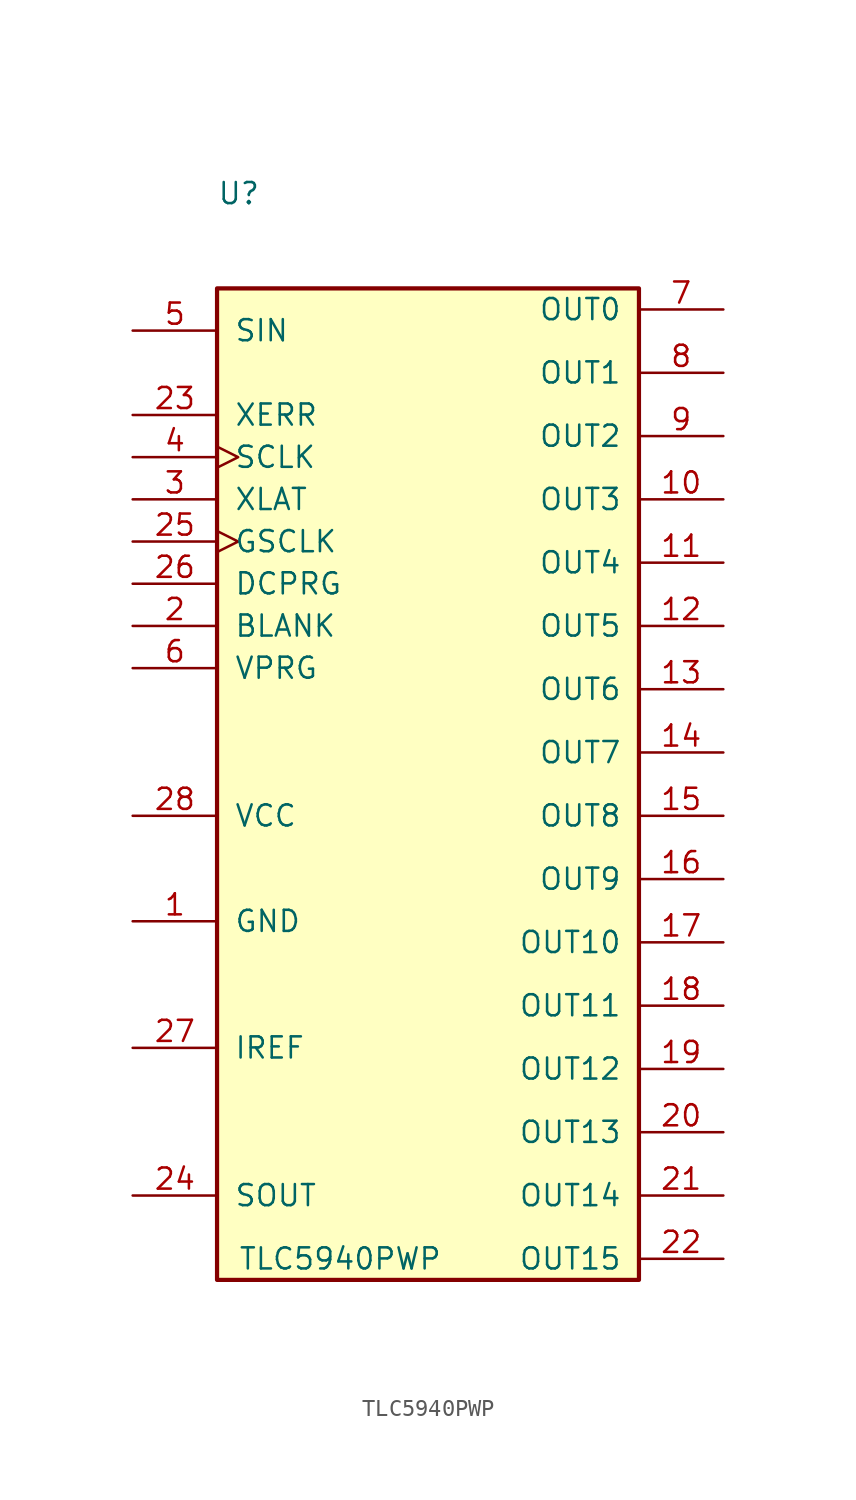
<source format=kicad_sym>
(kicad_symbol_lib
  (version 20220914)
  (generator kicad_symbol_editor)
  (symbol "TLC5940PWP"
    (pin_names
      (offset 1.016))
    (property "Reference" "U"
      (at -12.7 22.225 0)
      (effects (font (size 1.27 1.27)) (justify left)))
    (property "Value" "TLC5940PWP"
      (at -11.43 -41.91 0)
      (effects (font (size 1.27 1.27)) (justify left)))
    (symbol "TLC5940PWP_0_1"
      (rectangle (start -12.7 16.51) (end 12.7 -43.18) (stroke (width 0.254) (type default)) (fill (type background))))
    (symbol "TLC5940PWP_1_1"
      (pin power_in line (at -17.78 -21.59 0) (length 5.08) (name "GND" (effects (font (size 1.27 1.27)))) (number "1" (effects (font (size 1.27 1.27)))))
      (pin open_collector line (at 17.78 3.81 180) (length 5.08) (name "OUT3" (effects (font (size 1.27 1.27)))) (number "10" (effects (font (size 1.27 1.27)))))
      (pin open_collector line (at 17.78 0 180) (length 5.08) (name "OUT4" (effects (font (size 1.27 1.27)))) (number "11" (effects (font (size 1.27 1.27)))))
      (pin open_collector line (at 17.78 -3.81 180) (length 5.08) (name "OUT5" (effects (font (size 1.27 1.27)))) (number "12" (effects (font (size 1.27 1.27)))))
      (pin open_collector line (at 17.78 -7.62 180) (length 5.08) (name "OUT6" (effects (font (size 1.27 1.27)))) (number "13" (effects (font (size 1.27 1.27)))))
      (pin open_collector line (at 17.78 -11.43 180) (length 5.08) (name "OUT7" (effects (font (size 1.27 1.27)))) (number "14" (effects (font (size 1.27 1.27)))))
      (pin open_collector line (at 17.78 -15.24 180) (length 5.08) (name "OUT8" (effects (font (size 1.27 1.27)))) (number "15" (effects (font (size 1.27 1.27)))))
      (pin open_collector line (at 17.78 -19.05 180) (length 5.08) (name "OUT9" (effects (font (size 1.27 1.27)))) (number "16" (effects (font (size 1.27 1.27)))))
      (pin open_collector line (at 17.78 -22.86 180) (length 5.08) (name "OUT10" (effects (font (size 1.27 1.27)))) (number "17" (effects (font (size 1.27 1.27)))))
      (pin open_collector line (at 17.78 -26.67 180) (length 5.08) (name "OUT11" (effects (font (size 1.27 1.27)))) (number "18" (effects (font (size 1.27 1.27)))))
      (pin open_collector line (at 17.78 -30.48 180) (length 5.08) (name "OUT12" (effects (font (size 1.27 1.27)))) (number "19" (effects (font (size 1.27 1.27)))))
      (pin input line (at -17.78 -3.81 0) (length 5.08) (name "BLANK" (effects (font (size 1.27 1.27)))) (number "2" (effects (font (size 1.27 1.27)))))
      (pin open_collector line (at 17.78 -34.29 180) (length 5.08) (name "OUT13" (effects (font (size 1.27 1.27)))) (number "20" (effects (font (size 1.27 1.27)))))
      (pin open_collector line (at 17.78 -38.1 180) (length 5.08) (name "OUT14" (effects (font (size 1.27 1.27)))) (number "21" (effects (font (size 1.27 1.27)))))
      (pin open_collector line (at 17.78 -41.91 180) (length 5.08) (name "OUT15" (effects (font (size 1.27 1.27)))) (number "22" (effects (font (size 1.27 1.27)))))
      (pin open_collector line (at -17.78 8.89 0) (length 5.08) (name "XERR" (effects (font (size 1.27 1.27)))) (number "23" (effects (font (size 1.27 1.27)))))
      (pin output line (at -17.78 -38.1 0) (length 5.08) (name "SOUT" (effects (font (size 1.27 1.27)))) (number "24" (effects (font (size 1.27 1.27)))))
      (pin input clock (at -17.78 1.27 0) (length 5.08) (name "GSCLK" (effects (font (size 1.27 1.27)))) (number "25" (effects (font (size 1.27 1.27)))))
      (pin input line (at -17.78 -1.27 0) (length 5.08) (name "DCPRG" (effects (font (size 1.27 1.27)))) (number "26" (effects (font (size 1.27 1.27)))))
      (pin input line (at -17.78 -29.21 0) (length 5.08) (name "IREF" (effects (font (size 1.27 1.27)))) (number "27" (effects (font (size 1.27 1.27)))))
      (pin power_in line (at -17.78 -15.24 0) (length 5.08) (name "VCC" (effects (font (size 1.27 1.27)))) (number "28" (effects (font (size 1.27 1.27)))))
      (pin input line (at -17.78 3.81 0) (length 5.08) (name "XLAT" (effects (font (size 1.27 1.27)))) (number "3" (effects (font (size 1.27 1.27)))))
      (pin input clock (at -17.78 6.35 0) (length 5.08) (name "SCLK" (effects (font (size 1.27 1.27)))) (number "4" (effects (font (size 1.27 1.27)))))
      (pin input line (at -17.78 13.97 0) (length 5.08) (name "SIN" (effects (font (size 1.27 1.27)))) (number "5" (effects (font (size 1.27 1.27)))))
      (pin input line (at -17.78 -6.35 0) (length 5.08) (name "VPRG" (effects (font (size 1.27 1.27)))) (number "6" (effects (font (size 1.27 1.27)))))
      (pin open_collector line (at 17.78 15.24 180) (length 5.08) (name "OUT0" (effects (font (size 1.27 1.27)))) (number "7" (effects (font (size 1.27 1.27)))))
      (pin open_collector line (at 17.78 11.43 180) (length 5.08) (name "OUT1" (effects (font (size 1.27 1.27)))) (number "8" (effects (font (size 1.27 1.27)))))
      (pin open_collector line (at 17.78 7.62 180) (length 5.08) (name "OUT2" (effects (font (size 1.27 1.27)))) (number "9" (effects (font (size 1.27 1.27))))))))
</source>
